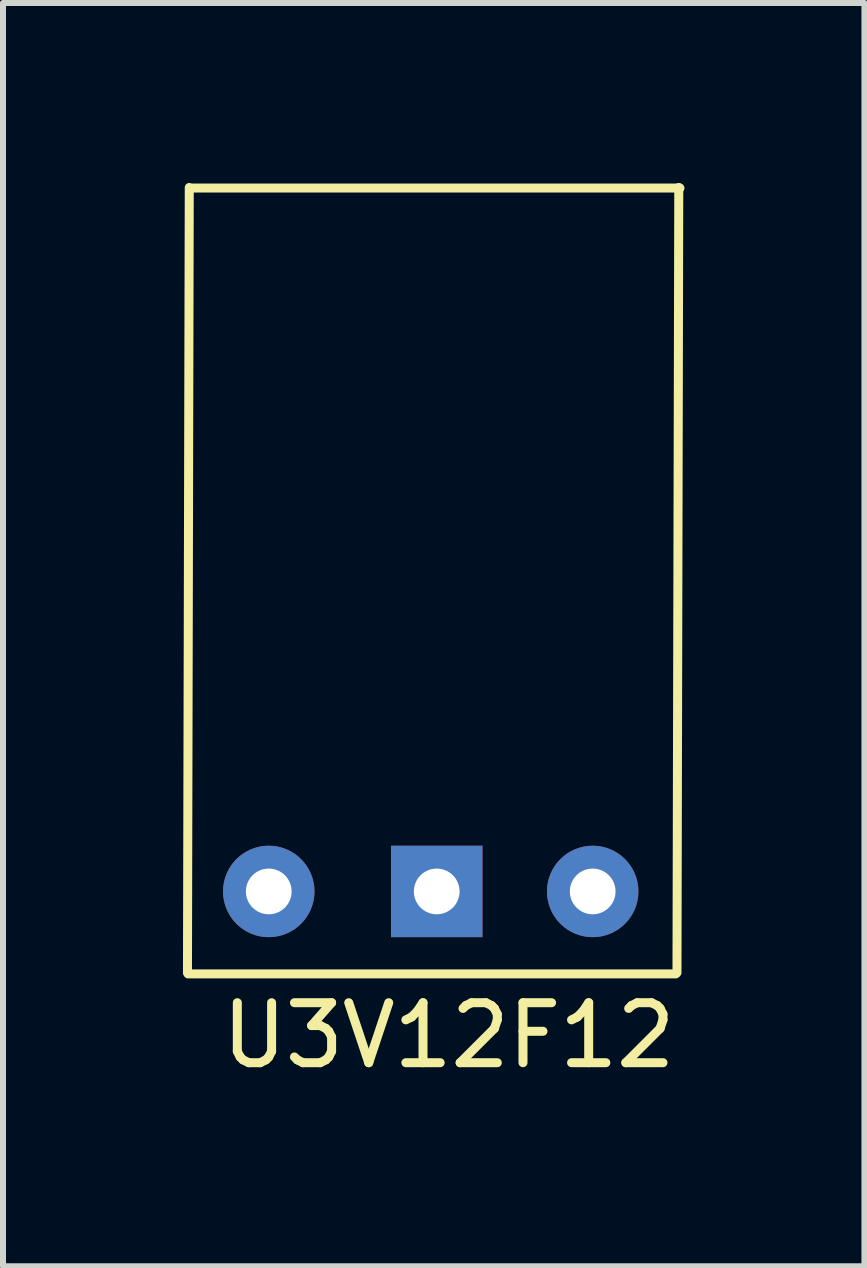
<source format=kicad_pcb>
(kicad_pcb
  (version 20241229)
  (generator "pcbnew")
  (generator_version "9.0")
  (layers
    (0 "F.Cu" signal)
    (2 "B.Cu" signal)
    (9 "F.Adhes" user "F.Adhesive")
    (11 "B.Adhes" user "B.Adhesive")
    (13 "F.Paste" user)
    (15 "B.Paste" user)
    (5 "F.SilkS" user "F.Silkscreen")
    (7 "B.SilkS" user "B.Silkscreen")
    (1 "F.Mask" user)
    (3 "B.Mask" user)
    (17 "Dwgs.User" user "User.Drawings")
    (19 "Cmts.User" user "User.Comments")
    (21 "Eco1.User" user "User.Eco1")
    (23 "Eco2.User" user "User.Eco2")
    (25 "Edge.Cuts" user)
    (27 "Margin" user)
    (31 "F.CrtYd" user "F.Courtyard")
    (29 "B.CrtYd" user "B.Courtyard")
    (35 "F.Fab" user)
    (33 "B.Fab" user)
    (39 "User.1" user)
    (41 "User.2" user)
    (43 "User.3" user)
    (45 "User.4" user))
  (footprint "U3V12F12"
    (layer "F.Cu")
    (at 4.23 6.01)
    (property "Reference" "U3V12F12" (at 0.2 8.2 0) (layer "F.SilkS") (effects (font (size 1 1) (thickness 0.15))))
    (attr through_hole)
    (fp_line (start -4.155 7.155) (end -4.125 -5.935) (stroke (width 0.15) (type solid)) (layer "F.SilkS"))
    (fp_line (start -4.145 7.175) (end 3.985 7.175) (stroke (width 0.15) (type solid)) (layer "F.SilkS"))
    (fp_line (start -4.075 -5.925) (end 4.055 -5.925) (stroke (width 0.15) (type solid)) (layer "F.SilkS"))
    (fp_line (start 4.005 7.155) (end 4.035 -5.935) (stroke (width 0.15) (type solid)) (layer "F.SilkS"))
    (pad "1" thru_hole circle (at 2.6 5.8) (size 1.524 1.524) (drill 0.762) (layers "*.Cu" "*.Mask"))
    (pad "2" thru_hole rect (at 0 5.8) (size 1.524 1.524) (drill 0.762) (layers "*.Cu" "*.Mask"))
    (pad "3" thru_hole circle (at -2.8 5.8) (size 1.524 1.524) (drill 0.762) (layers "*.Cu" "*.Mask")))
  (gr_rect
    (start -3 -3)
    (end 11.36 18.058)
    (stroke (width 0.1) (type default))
    (fill no)
    (layer "Edge.Cuts")))
</source>
